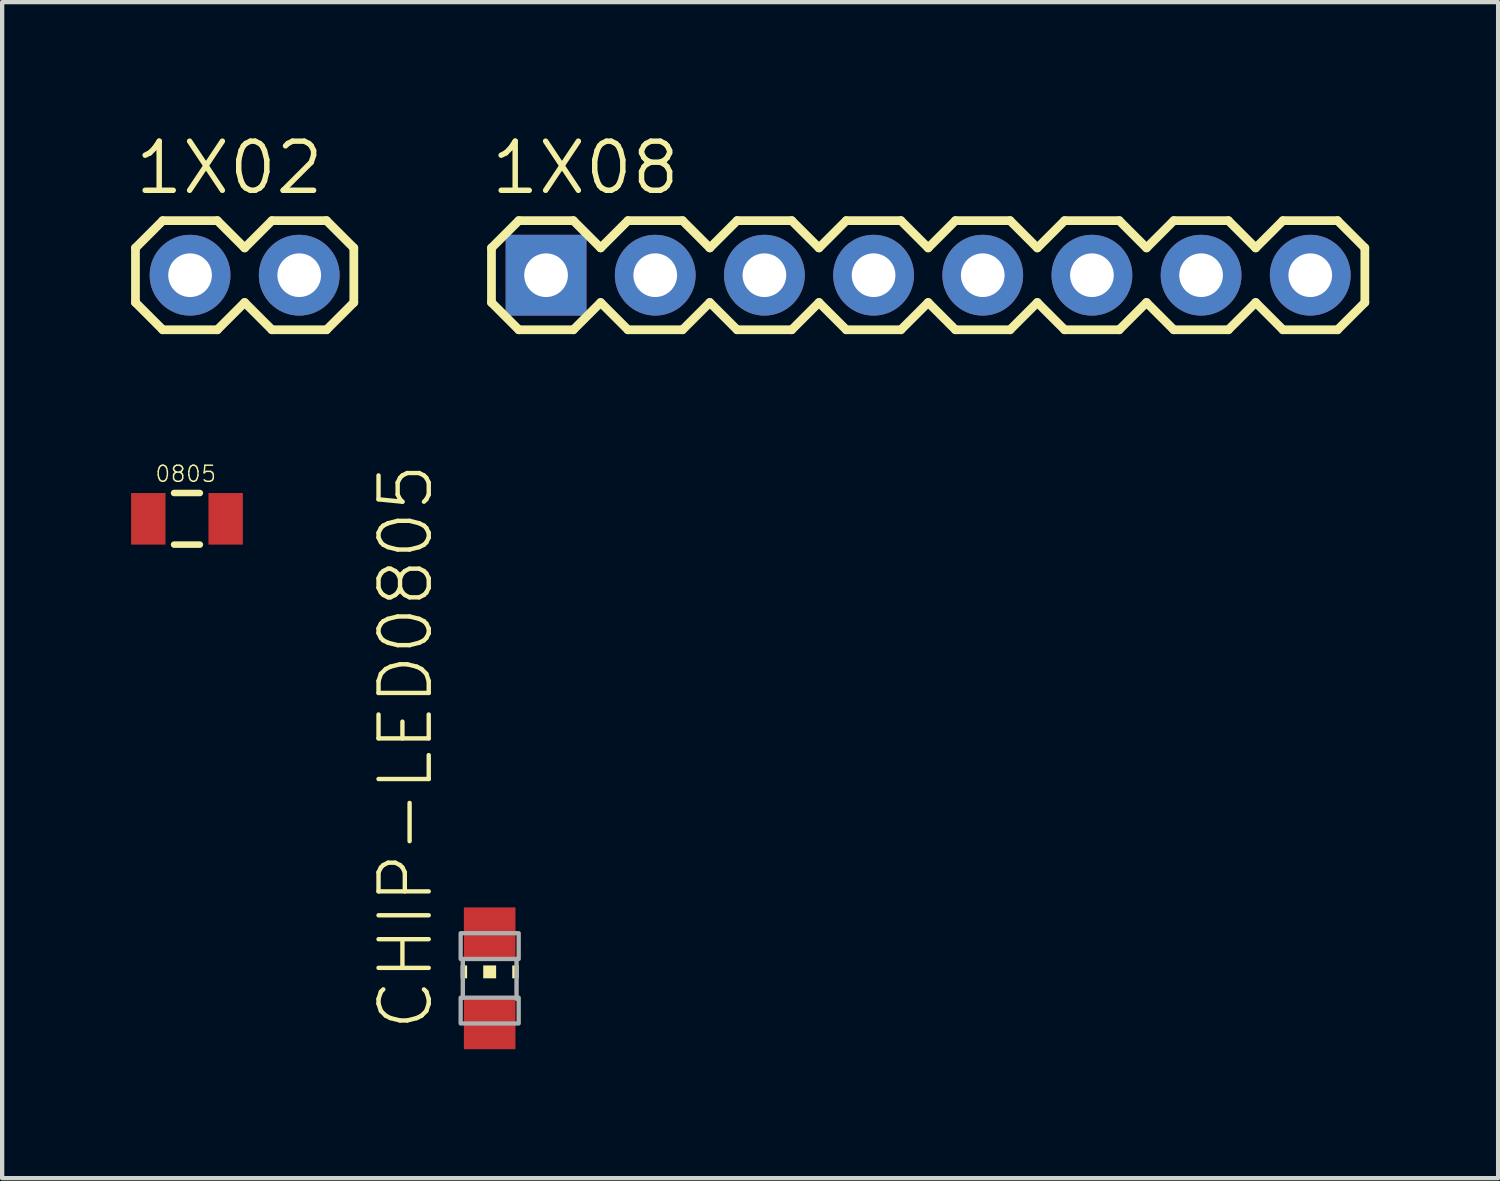
<source format=kicad_pcb>
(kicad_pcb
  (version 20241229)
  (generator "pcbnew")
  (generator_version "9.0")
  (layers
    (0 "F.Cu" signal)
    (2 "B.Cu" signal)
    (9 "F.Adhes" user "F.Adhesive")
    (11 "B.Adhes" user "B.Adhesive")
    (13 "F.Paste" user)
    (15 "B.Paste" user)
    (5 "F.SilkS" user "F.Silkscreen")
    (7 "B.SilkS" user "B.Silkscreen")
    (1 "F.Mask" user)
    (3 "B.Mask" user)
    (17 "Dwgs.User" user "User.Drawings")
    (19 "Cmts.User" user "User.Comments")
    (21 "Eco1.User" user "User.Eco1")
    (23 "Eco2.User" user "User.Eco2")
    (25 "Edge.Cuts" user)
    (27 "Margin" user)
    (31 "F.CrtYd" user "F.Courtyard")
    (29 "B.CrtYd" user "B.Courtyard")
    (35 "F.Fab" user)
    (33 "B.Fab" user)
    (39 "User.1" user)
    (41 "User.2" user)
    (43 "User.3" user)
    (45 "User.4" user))
  (footprint "CHIP-LED0805"
    (layer "F.Cu")
    (at 8.343 19.712)
    (property "Reference" "CHIP-LED0805" (at -1.27 1.27 90) (unlocked yes) (layer "F.SilkS") (effects (font (size 1.168 1.168) (thickness 0.102)) (justify left bottom)))
    (fp_poly (pts (xy -0.675 0) (xy -0.525 0) (xy -0.525 -0.3) (xy -0.675 -0.3)) (stroke (width 0) (type default)) (fill yes) (layer "F.SilkS"))
    (fp_poly (pts (xy -0.15 0) (xy 0.15 0) (xy 0.15 -0.3) (xy -0.15 -0.3)) (stroke (width 0) (type default)) (fill yes) (layer "F.SilkS"))
    (fp_poly (pts (xy 0.525 0) (xy 0.675 0) (xy 0.675 -0.3) (xy 0.525 -0.3)) (stroke (width 0) (type default)) (fill yes) (layer "F.SilkS"))
    (fp_line (start -0.625 -0.45) (end -0.625 0.45) (stroke (width 0.102) (type solid)) (layer "F.Fab"))
    (fp_line (start 0.625 -0.45) (end 0.625 0.475) (stroke (width 0.102) (type solid)) (layer "F.Fab"))
    (fp_poly (pts (xy -0.675 -0.45) (xy 0.675 -0.45) (xy 0.675 -1.05) (xy -0.675 -1.05)) (stroke (width 0.1) (type default)) (fill no) (layer "F.Fab"))
    (fp_poly (pts (xy -0.675 1.05) (xy 0.675 1.05) (xy 0.675 0.45) (xy -0.675 0.45)) (stroke (width 0.1) (type default)) (fill no) (layer "F.Fab"))
    (pad "A" smd rect (at 0 1.05) (size 1.2 1.2) (layers "F.Cu" "F.Mask" "F.Paste"))
    (pad "C" smd rect (at 0 -1.05) (size 1.2 1.2) (layers "F.Cu" "F.Mask" "F.Paste")))
  (footprint "1X08"
    (layer "F.Cu")
    (at 9.655 3.353)
    (property "Reference" "1X08" (at -1.346 -1.829 0) (unlocked yes) (layer "F.SilkS") (effects (font (size 1.143 1.143) (thickness 0.127)) (justify left bottom)))
    (fp_line (start -1.27 -0.635) (end -1.27 0.635) (stroke (width 0.203) (type solid)) (layer "F.SilkS"))
    (fp_line (start -1.27 0.635) (end -0.635 1.27) (stroke (width 0.203) (type solid)) (layer "F.SilkS"))
    (fp_line (start -0.635 -1.27) (end -1.27 -0.635) (stroke (width 0.203) (type solid)) (layer "F.SilkS"))
    (fp_line (start -0.635 -1.27) (end 0.635 -1.27) (stroke (width 0.203) (type solid)) (layer "F.SilkS"))
    (fp_line (start 0.635 -1.27) (end 1.27 -0.635) (stroke (width 0.203) (type solid)) (layer "F.SilkS"))
    (fp_line (start 0.635 1.27) (end -0.635 1.27) (stroke (width 0.203) (type solid)) (layer "F.SilkS"))
    (fp_line (start 1.27 -0.635) (end 1.905 -1.27) (stroke (width 0.203) (type solid)) (layer "F.SilkS"))
    (fp_line (start 1.27 0.635) (end 0.635 1.27) (stroke (width 0.203) (type solid)) (layer "F.SilkS"))
    (fp_line (start 1.905 -1.27) (end 3.175 -1.27) (stroke (width 0.203) (type solid)) (layer "F.SilkS"))
    (fp_line (start 1.905 1.27) (end 1.27 0.635) (stroke (width 0.203) (type solid)) (layer "F.SilkS"))
    (fp_line (start 3.175 -1.27) (end 3.81 -0.635) (stroke (width 0.203) (type solid)) (layer "F.SilkS"))
    (fp_line (start 3.175 1.27) (end 1.905 1.27) (stroke (width 0.203) (type solid)) (layer "F.SilkS"))
    (fp_line (start 3.81 -0.635) (end 4.445 -1.27) (stroke (width 0.203) (type solid)) (layer "F.SilkS"))
    (fp_line (start 3.81 0.635) (end 3.175 1.27) (stroke (width 0.203) (type solid)) (layer "F.SilkS"))
    (fp_line (start 4.445 -1.27) (end 5.715 -1.27) (stroke (width 0.203) (type solid)) (layer "F.SilkS"))
    (fp_line (start 4.445 1.27) (end 3.81 0.635) (stroke (width 0.203) (type solid)) (layer "F.SilkS"))
    (fp_line (start 5.715 -1.27) (end 6.35 -0.635) (stroke (width 0.203) (type solid)) (layer "F.SilkS"))
    (fp_line (start 5.715 1.27) (end 4.445 1.27) (stroke (width 0.203) (type solid)) (layer "F.SilkS"))
    (fp_line (start 6.35 0.635) (end 5.715 1.27) (stroke (width 0.203) (type solid)) (layer "F.SilkS"))
    (fp_line (start 6.35 0.635) (end 6.985 1.27) (stroke (width 0.203) (type solid)) (layer "F.SilkS"))
    (fp_line (start 6.985 -1.27) (end 6.35 -0.635) (stroke (width 0.203) (type solid)) (layer "F.SilkS"))
    (fp_line (start 6.985 -1.27) (end 8.255 -1.27) (stroke (width 0.203) (type solid)) (layer "F.SilkS"))
    (fp_line (start 8.255 -1.27) (end 8.89 -0.635) (stroke (width 0.203) (type solid)) (layer "F.SilkS"))
    (fp_line (start 8.255 1.27) (end 6.985 1.27) (stroke (width 0.203) (type solid)) (layer "F.SilkS"))
    (fp_line (start 8.89 -0.635) (end 9.525 -1.27) (stroke (width 0.203) (type solid)) (layer "F.SilkS"))
    (fp_line (start 8.89 0.635) (end 8.255 1.27) (stroke (width 0.203) (type solid)) (layer "F.SilkS"))
    (fp_line (start 9.525 -1.27) (end 10.795 -1.27) (stroke (width 0.203) (type solid)) (layer "F.SilkS"))
    (fp_line (start 9.525 1.27) (end 8.89 0.635) (stroke (width 0.203) (type solid)) (layer "F.SilkS"))
    (fp_line (start 10.795 -1.27) (end 11.43 -0.635) (stroke (width 0.203) (type solid)) (layer "F.SilkS"))
    (fp_line (start 10.795 1.27) (end 9.525 1.27) (stroke (width 0.203) (type solid)) (layer "F.SilkS"))
    (fp_line (start 11.43 -0.635) (end 12.065 -1.27) (stroke (width 0.203) (type solid)) (layer "F.SilkS"))
    (fp_line (start 11.43 0.635) (end 10.795 1.27) (stroke (width 0.203) (type solid)) (layer "F.SilkS"))
    (fp_line (start 12.065 -1.27) (end 13.335 -1.27) (stroke (width 0.203) (type solid)) (layer "F.SilkS"))
    (fp_line (start 12.065 1.27) (end 11.43 0.635) (stroke (width 0.203) (type solid)) (layer "F.SilkS"))
    (fp_line (start 13.335 -1.27) (end 13.97 -0.635) (stroke (width 0.203) (type solid)) (layer "F.SilkS"))
    (fp_line (start 13.335 1.27) (end 12.065 1.27) (stroke (width 0.203) (type solid)) (layer "F.SilkS"))
    (fp_line (start 13.97 0.635) (end 13.335 1.27) (stroke (width 0.203) (type solid)) (layer "F.SilkS"))
    (fp_line (start 13.97 0.635) (end 14.605 1.27) (stroke (width 0.203) (type solid)) (layer "F.SilkS"))
    (fp_line (start 14.605 -1.27) (end 13.97 -0.635) (stroke (width 0.203) (type solid)) (layer "F.SilkS"))
    (fp_line (start 14.605 -1.27) (end 15.875 -1.27) (stroke (width 0.203) (type solid)) (layer "F.SilkS"))
    (fp_line (start 15.875 -1.27) (end 16.51 -0.635) (stroke (width 0.203) (type solid)) (layer "F.SilkS"))
    (fp_line (start 15.875 1.27) (end 14.605 1.27) (stroke (width 0.203) (type solid)) (layer "F.SilkS"))
    (fp_line (start 16.51 0.635) (end 15.875 1.27) (stroke (width 0.203) (type solid)) (layer "F.SilkS"))
    (fp_line (start 16.51 0.635) (end 17.145 1.27) (stroke (width 0.203) (type solid)) (layer "F.SilkS"))
    (fp_line (start 17.145 -1.27) (end 16.51 -0.635) (stroke (width 0.203) (type solid)) (layer "F.SilkS"))
    (fp_line (start 17.145 -1.27) (end 18.415 -1.27) (stroke (width 0.203) (type solid)) (layer "F.SilkS"))
    (fp_line (start 18.415 -1.27) (end 19.05 -0.635) (stroke (width 0.203) (type solid)) (layer "F.SilkS"))
    (fp_line (start 18.415 1.27) (end 17.145 1.27) (stroke (width 0.203) (type solid)) (layer "F.SilkS"))
    (fp_line (start 19.05 -0.635) (end 19.05 0.635) (stroke (width 0.203) (type solid)) (layer "F.SilkS"))
    (fp_line (start 19.05 0.635) (end 18.415 1.27) (stroke (width 0.203) (type solid)) (layer "F.SilkS"))
    (fp_poly (pts (xy -0.254 0.254) (xy 0.254 0.254) (xy 0.254 -0.254) (xy -0.254 -0.254)) (stroke (width 0.1) (type default)) (fill no) (layer "F.Fab"))
    (fp_poly (pts (xy 2.286 0.254) (xy 2.794 0.254) (xy 2.794 -0.254) (xy 2.286 -0.254)) (stroke (width 0.1) (type default)) (fill no) (layer "F.Fab"))
    (fp_poly (pts (xy 4.826 0.254) (xy 5.334 0.254) (xy 5.334 -0.254) (xy 4.826 -0.254)) (stroke (width 0.1) (type default)) (fill no) (layer "F.Fab"))
    (fp_poly (pts (xy 7.366 0.254) (xy 7.874 0.254) (xy 7.874 -0.254) (xy 7.366 -0.254)) (stroke (width 0.1) (type default)) (fill no) (layer "F.Fab"))
    (fp_poly (pts (xy 9.906 0.254) (xy 10.414 0.254) (xy 10.414 -0.254) (xy 9.906 -0.254)) (stroke (width 0.1) (type default)) (fill no) (layer "F.Fab"))
    (fp_poly (pts (xy 12.446 0.254) (xy 12.954 0.254) (xy 12.954 -0.254) (xy 12.446 -0.254)) (stroke (width 0.1) (type default)) (fill no) (layer "F.Fab"))
    (fp_poly (pts (xy 14.986 0.254) (xy 15.494 0.254) (xy 15.494 -0.254) (xy 14.986 -0.254)) (stroke (width 0.1) (type default)) (fill no) (layer "F.Fab"))
    (fp_poly (pts (xy 17.526 0.254) (xy 18.034 0.254) (xy 18.034 -0.254) (xy 17.526 -0.254)) (stroke (width 0.1) (type default)) (fill no) (layer "F.Fab"))
    (pad "1" thru_hole rect (at 0 0 90) (size 1.88 1.88) (drill 1.016) (layers "*.Cu" "*.Mask"))
    (pad "2" thru_hole circle (at 2.54 0 90) (size 1.88 1.88) (drill 1.016) (layers "*.Cu" "*.Mask"))
    (pad "3" thru_hole circle (at 5.08 0 90) (size 1.88 1.88) (drill 1.016) (layers "*.Cu" "*.Mask"))
    (pad "4" thru_hole circle (at 7.62 0 90) (size 1.88 1.88) (drill 1.016) (layers "*.Cu" "*.Mask"))
    (pad "5" thru_hole circle (at 10.16 0 90) (size 1.88 1.88) (drill 1.016) (layers "*.Cu" "*.Mask"))
    (pad "6" thru_hole circle (at 12.7 0 90) (size 1.88 1.88) (drill 1.016) (layers "*.Cu" "*.Mask"))
    (pad "7" thru_hole circle (at 15.24 0 90) (size 1.88 1.88) (drill 1.016) (layers "*.Cu" "*.Mask"))
    (pad "8" thru_hole circle (at 17.78 0 90) (size 1.88 1.88) (drill 1.016) (layers "*.Cu" "*.Mask")))
  (footprint "1X02"
    (layer "F.Cu")
    (at 1.372 3.353)
    (property "Reference" "1X02" (at -1.346 -1.829 0) (unlocked yes) (layer "F.SilkS") (effects (font (size 1.143 1.143) (thickness 0.127)) (justify left bottom)))
    (fp_line (start -1.27 -0.635) (end -1.27 0.635) (stroke (width 0.203) (type solid)) (layer "F.SilkS"))
    (fp_line (start -1.27 0.635) (end -0.635 1.27) (stroke (width 0.203) (type solid)) (layer "F.SilkS"))
    (fp_line (start -0.635 -1.27) (end -1.27 -0.635) (stroke (width 0.203) (type solid)) (layer "F.SilkS"))
    (fp_line (start -0.635 -1.27) (end 0.635 -1.27) (stroke (width 0.203) (type solid)) (layer "F.SilkS"))
    (fp_line (start 0.635 -1.27) (end 1.27 -0.635) (stroke (width 0.203) (type solid)) (layer "F.SilkS"))
    (fp_line (start 0.635 1.27) (end -0.635 1.27) (stroke (width 0.203) (type solid)) (layer "F.SilkS"))
    (fp_line (start 1.27 -0.635) (end 1.905 -1.27) (stroke (width 0.203) (type solid)) (layer "F.SilkS"))
    (fp_line (start 1.27 0.635) (end 0.635 1.27) (stroke (width 0.203) (type solid)) (layer "F.SilkS"))
    (fp_line (start 1.905 -1.27) (end 3.175 -1.27) (stroke (width 0.203) (type solid)) (layer "F.SilkS"))
    (fp_line (start 1.905 1.27) (end 1.27 0.635) (stroke (width 0.203) (type solid)) (layer "F.SilkS"))
    (fp_line (start 3.175 -1.27) (end 3.81 -0.635) (stroke (width 0.203) (type solid)) (layer "F.SilkS"))
    (fp_line (start 3.175 1.27) (end 1.905 1.27) (stroke (width 0.203) (type solid)) (layer "F.SilkS"))
    (fp_line (start 3.81 -0.635) (end 3.81 0.635) (stroke (width 0.203) (type solid)) (layer "F.SilkS"))
    (fp_line (start 3.81 0.635) (end 3.175 1.27) (stroke (width 0.203) (type solid)) (layer "F.SilkS"))
    (fp_poly (pts (xy -0.254 0.254) (xy 0.254 0.254) (xy 0.254 -0.254) (xy -0.254 -0.254)) (stroke (width 0.1) (type default)) (fill no) (layer "F.Fab"))
    (fp_poly (pts (xy 2.286 0.254) (xy 2.794 0.254) (xy 2.794 -0.254) (xy 2.286 -0.254)) (stroke (width 0.1) (type default)) (fill no) (layer "F.Fab"))
    (pad "1" thru_hole circle (at 0 0 90) (size 1.88 1.88) (drill 1.016) (layers "*.Cu" "*.Mask"))
    (pad "2" thru_hole circle (at 2.54 0 90) (size 1.88 1.88) (drill 1.016) (layers "*.Cu" "*.Mask")))
  (footprint "0805"
    (layer "F.Cu")
    (at 1.3 9.021)
    (property "Reference" "0805" (at -0.762 -0.826 0) (unlocked yes) (layer "F.SilkS") (effects (font (size 0.374 0.374) (thickness 0.033)) (justify left bottom)))
    (fp_line (start -0.3 -0.6) (end 0.3 -0.6) (stroke (width 0.152) (type solid)) (layer "F.SilkS"))
    (fp_line (start -0.3 0.6) (end 0.3 0.6) (stroke (width 0.152) (type solid)) (layer "F.SilkS"))
    (pad "1" smd rect (at -0.9 0) (size 0.8 1.2) (layers "F.Cu" "F.Mask" "F.Paste"))
    (pad "2" smd rect (at 0.9 0) (size 0.8 1.2) (layers "F.Cu" "F.Mask" "F.Paste")))
  (gr_rect
    (start -3 -3)
    (end 31.806 24.362)
    (stroke (width 0.1) (type default))
    (fill no)
    (layer "Edge.Cuts")))
</source>
